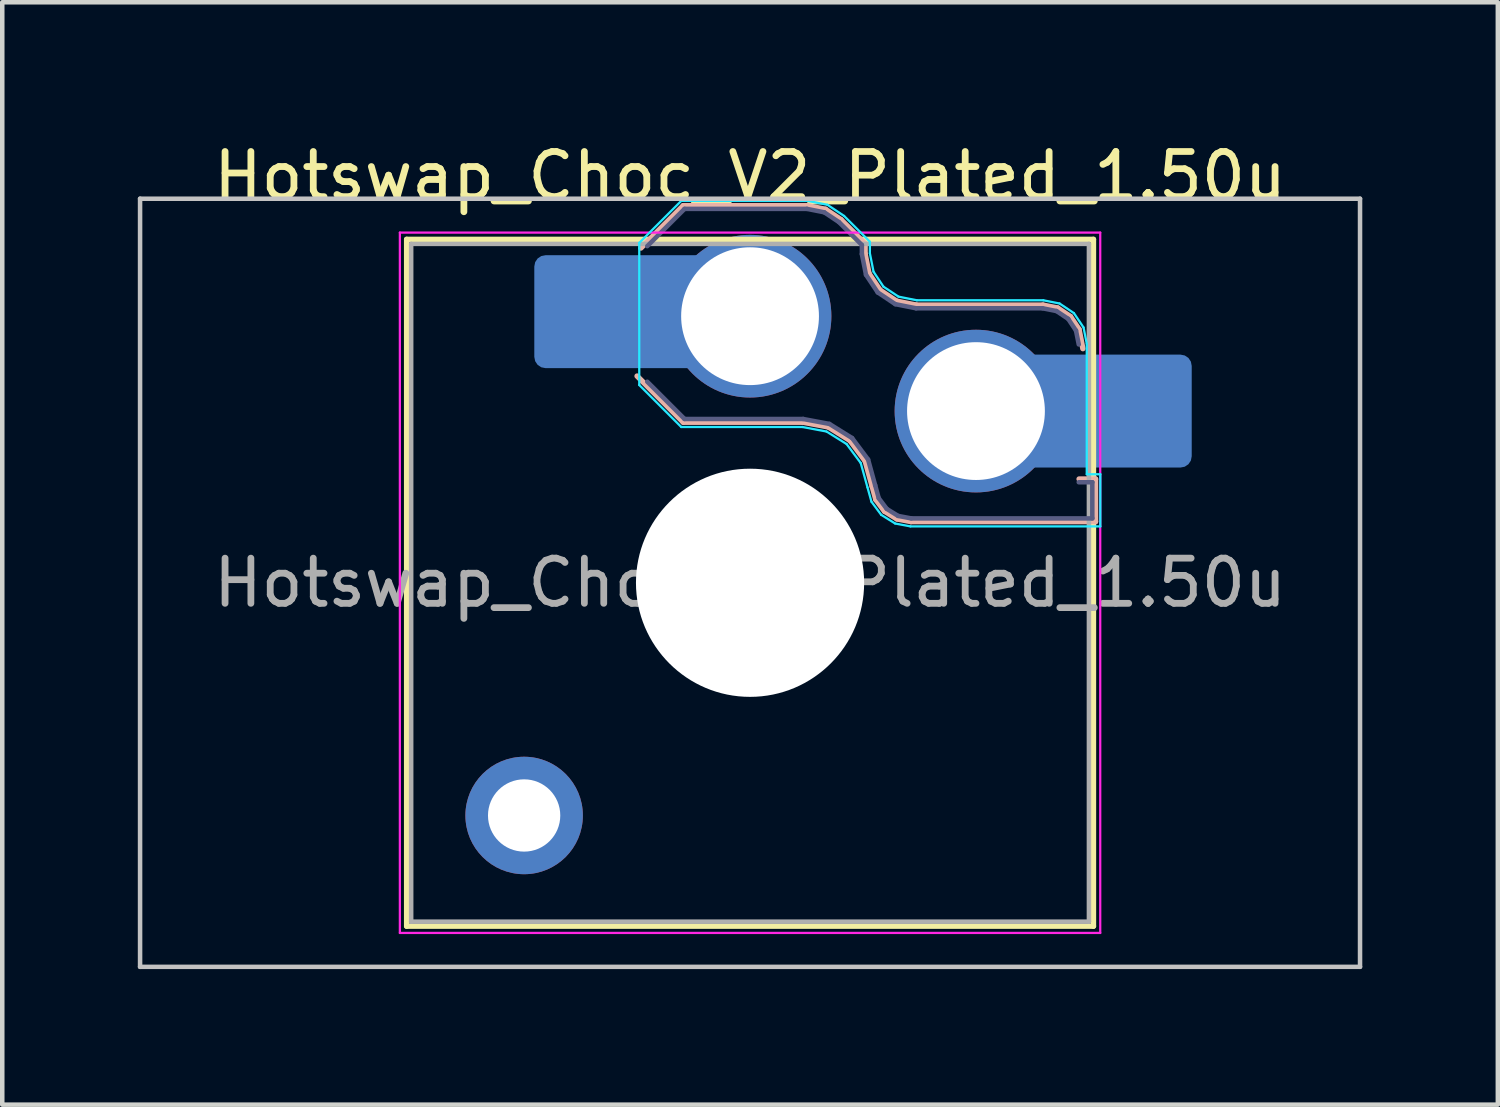
<source format=kicad_pcb>
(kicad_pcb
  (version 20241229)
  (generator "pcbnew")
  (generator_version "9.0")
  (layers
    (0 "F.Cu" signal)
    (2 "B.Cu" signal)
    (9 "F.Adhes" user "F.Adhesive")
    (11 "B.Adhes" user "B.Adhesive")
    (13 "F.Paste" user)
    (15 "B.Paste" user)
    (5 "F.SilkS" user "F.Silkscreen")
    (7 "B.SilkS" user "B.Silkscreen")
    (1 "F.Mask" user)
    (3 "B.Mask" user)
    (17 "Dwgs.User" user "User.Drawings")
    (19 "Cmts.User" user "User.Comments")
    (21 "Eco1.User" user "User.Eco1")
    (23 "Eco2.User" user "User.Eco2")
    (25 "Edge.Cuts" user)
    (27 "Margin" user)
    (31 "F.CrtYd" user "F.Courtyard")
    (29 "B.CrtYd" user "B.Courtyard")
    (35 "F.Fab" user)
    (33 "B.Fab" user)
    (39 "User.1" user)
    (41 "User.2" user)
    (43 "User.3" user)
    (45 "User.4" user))
  (footprint "Hotswap_Choc_V2_Plated_1.50u"
    (layer "F.Cu")
    (at 13.55 9.848)
    (property "Reference" "Hotswap_Choc_V2_Plated_1.50u" (at 0 -9 0) (layer "F.SilkS") (effects (font (size 1 1) (thickness 0.15))))
    (attr smd allow_soldermask_bridges)
    (fp_line (start -7.6 -7.6) (end -7.6 7.6) (stroke (width 0.12) (type solid)) (layer "F.SilkS"))
    (fp_line (start -7.6 7.6) (end 7.6 7.6) (stroke (width 0.12) (type solid)) (layer "F.SilkS"))
    (fp_line (start 7.6 -7.6) (end -7.6 -7.6) (stroke (width 0.12) (type solid)) (layer "F.SilkS"))
    (fp_line (start 7.6 7.6) (end 7.6 -7.6) (stroke (width 0.12) (type solid)) (layer "F.SilkS"))
    (fp_line (start -2.416 -7.409) (end -1.479 -8.346) (stroke (width 0.12) (type solid)) (layer "B.SilkS"))
    (fp_line (start -1.479 -8.346) (end 1.268 -8.346) (stroke (width 0.12) (type solid)) (layer "B.SilkS"))
    (fp_line (start -1.479 -3.554) (end -2.5 -4.575) (stroke (width 0.12) (type solid)) (layer "B.SilkS"))
    (fp_line (start 1.168 -3.554) (end -1.479 -3.554) (stroke (width 0.12) (type solid)) (layer "B.SilkS"))
    (fp_line (start 1.268 -8.346) (end 1.671 -8.266) (stroke (width 0.12) (type solid)) (layer "B.SilkS"))
    (fp_line (start 1.671 -8.266) (end 2.013 -8.037) (stroke (width 0.12) (type solid)) (layer "B.SilkS"))
    (fp_line (start 1.73 -3.449) (end 1.168 -3.554) (stroke (width 0.12) (type solid)) (layer "B.SilkS"))
    (fp_line (start 2.013 -8.037) (end 2.546 -7.504) (stroke (width 0.12) (type solid)) (layer "B.SilkS"))
    (fp_line (start 2.209 -3.15) (end 1.73 -3.449) (stroke (width 0.12) (type solid)) (layer "B.SilkS"))
    (fp_line (start 2.546 -7.504) (end 2.546 -7.282) (stroke (width 0.12) (type solid)) (layer "B.SilkS"))
    (fp_line (start 2.546 -7.282) (end 2.633 -6.844) (stroke (width 0.12) (type solid)) (layer "B.SilkS"))
    (fp_line (start 2.547 -2.697) (end 2.209 -3.15) (stroke (width 0.12) (type solid)) (layer "B.SilkS"))
    (fp_line (start 2.633 -6.844) (end 2.877 -6.477) (stroke (width 0.12) (type solid)) (layer "B.SilkS"))
    (fp_line (start 2.701 -2.139) (end 2.547 -2.697) (stroke (width 0.12) (type solid)) (layer "B.SilkS"))
    (fp_line (start 2.783 -1.841) (end 2.701 -2.139) (stroke (width 0.12) (type solid)) (layer "B.SilkS"))
    (fp_line (start 2.877 -6.477) (end 3.244 -6.233) (stroke (width 0.12) (type solid)) (layer "B.SilkS"))
    (fp_line (start 2.976 -1.583) (end 2.783 -1.841) (stroke (width 0.12) (type solid)) (layer "B.SilkS"))
    (fp_line (start 3.244 -6.233) (end 3.682 -6.146) (stroke (width 0.12) (type solid)) (layer "B.SilkS"))
    (fp_line (start 3.25 -1.413) (end 2.976 -1.583) (stroke (width 0.12) (type solid)) (layer "B.SilkS"))
    (fp_line (start 3.56 -1.354) (end 3.25 -1.413) (stroke (width 0.12) (type solid)) (layer "B.SilkS"))
    (fp_line (start 3.682 -6.146) (end 6.482 -6.146) (stroke (width 0.12) (type solid)) (layer "B.SilkS"))
    (fp_line (start 6.482 -6.146) (end 6.809 -6.081) (stroke (width 0.12) (type solid)) (layer "B.SilkS"))
    (fp_line (start 6.809 -6.081) (end 7.092 -5.892) (stroke (width 0.12) (type solid)) (layer "B.SilkS"))
    (fp_line (start 7.092 -5.892) (end 7.281 -5.609) (stroke (width 0.12) (type solid)) (layer "B.SilkS"))
    (fp_line (start 7.281 -5.609) (end 7.366 -5.182) (stroke (width 0.12) (type solid)) (layer "B.SilkS"))
    (fp_line (start 7.283 -2.296) (end 7.646 -2.296) (stroke (width 0.12) (type solid)) (layer "B.SilkS"))
    (fp_line (start 7.646 -2.296) (end 7.646 -1.354) (stroke (width 0.12) (type solid)) (layer "B.SilkS"))
    (fp_line (start 7.646 -1.354) (end 3.56 -1.354) (stroke (width 0.12) (type solid)) (layer "B.SilkS"))
    (fp_line (start -13.5 -8.5) (end -13.5 8.5) (stroke (width 0.1) (type solid)) (layer "Dwgs.User"))
    (fp_line (start -13.5 8.5) (end 13.5 8.5) (stroke (width 0.1) (type solid)) (layer "Dwgs.User"))
    (fp_line (start 13.5 -8.5) (end -13.5 -8.5) (stroke (width 0.1) (type solid)) (layer "Dwgs.User"))
    (fp_line (start 13.5 8.5) (end 13.5 -8.5) (stroke (width 0.1) (type solid)) (layer "Dwgs.User"))
    (fp_line (start -7.25 -7.25) (end -7.25 7.25) (stroke (width 0.1) (type solid)) (layer "Eco1.User"))
    (fp_line (start -7.25 7.25) (end 7.25 7.25) (stroke (width 0.1) (type solid)) (layer "Eco1.User"))
    (fp_line (start 7.25 -7.25) (end -7.25 -7.25) (stroke (width 0.1) (type solid)) (layer "Eco1.User"))
    (fp_line (start 7.25 7.25) (end 7.25 -7.25) (stroke (width 0.1) (type solid)) (layer "Eco1.User"))
    (fp_line (start -2.452 -7.523) (end -1.523 -8.452) (stroke (width 0.05) (type solid)) (layer "B.CrtYd"))
    (fp_line (start -2.452 -4.377) (end -2.452 -7.523) (stroke (width 0.05) (type solid)) (layer "B.CrtYd"))
    (fp_line (start -1.523 -8.452) (end 1.278 -8.452) (stroke (width 0.05) (type solid)) (layer "B.CrtYd"))
    (fp_line (start -1.523 -3.448) (end -2.452 -4.377) (stroke (width 0.05) (type solid)) (layer "B.CrtYd"))
    (fp_line (start 1.159 -3.448) (end -1.523 -3.448) (stroke (width 0.05) (type solid)) (layer "B.CrtYd"))
    (fp_line (start 1.278 -8.452) (end 1.712 -8.366) (stroke (width 0.05) (type solid)) (layer "B.CrtYd"))
    (fp_line (start 1.691 -3.348) (end 1.159 -3.448) (stroke (width 0.05) (type solid)) (layer "B.CrtYd"))
    (fp_line (start 1.712 -8.366) (end 2.081 -8.119) (stroke (width 0.05) (type solid)) (layer "B.CrtYd"))
    (fp_line (start 2.081 -8.119) (end 2.652 -7.548) (stroke (width 0.05) (type solid)) (layer "B.CrtYd"))
    (fp_line (start 2.136 -3.071) (end 1.691 -3.348) (stroke (width 0.05) (type solid)) (layer "B.CrtYd"))
    (fp_line (start 2.45 -2.65) (end 2.136 -3.071) (stroke (width 0.05) (type solid)) (layer "B.CrtYd"))
    (fp_line (start 2.599 -2.111) (end 2.45 -2.65) (stroke (width 0.05) (type solid)) (layer "B.CrtYd"))
    (fp_line (start 2.652 -7.548) (end 2.652 -7.292) (stroke (width 0.05) (type solid)) (layer "B.CrtYd"))
    (fp_line (start 2.652 -7.292) (end 2.733 -6.885) (stroke (width 0.05) (type solid)) (layer "B.CrtYd"))
    (fp_line (start 2.687 -1.794) (end 2.599 -2.111) (stroke (width 0.05) (type solid)) (layer "B.CrtYd"))
    (fp_line (start 2.733 -6.885) (end 2.953 -6.553) (stroke (width 0.05) (type solid)) (layer "B.CrtYd"))
    (fp_line (start 2.903 -1.503) (end 2.687 -1.794) (stroke (width 0.05) (type solid)) (layer "B.CrtYd"))
    (fp_line (start 2.953 -6.553) (end 3.285 -6.333) (stroke (width 0.05) (type solid)) (layer "B.CrtYd"))
    (fp_line (start 3.211 -1.312) (end 2.903 -1.503) (stroke (width 0.05) (type solid)) (layer "B.CrtYd"))
    (fp_line (start 3.285 -6.333) (end 3.692 -6.252) (stroke (width 0.05) (type solid)) (layer "B.CrtYd"))
    (fp_line (start 3.55 -1.248) (end 3.211 -1.312) (stroke (width 0.05) (type solid)) (layer "B.CrtYd"))
    (fp_line (start 3.692 -6.252) (end 6.492 -6.252) (stroke (width 0.05) (type solid)) (layer "B.CrtYd"))
    (fp_line (start 6.492 -6.252) (end 6.85 -6.181) (stroke (width 0.05) (type solid)) (layer "B.CrtYd"))
    (fp_line (start 6.85 -6.181) (end 7.168 -5.968) (stroke (width 0.05) (type solid)) (layer "B.CrtYd"))
    (fp_line (start 7.168 -5.968) (end 7.381 -5.65) (stroke (width 0.05) (type solid)) (layer "B.CrtYd"))
    (fp_line (start 7.381 -5.65) (end 7.452 -5.292) (stroke (width 0.05) (type solid)) (layer "B.CrtYd"))
    (fp_line (start 7.452 -5.292) (end 7.452 -2.402) (stroke (width 0.05) (type solid)) (layer "B.CrtYd"))
    (fp_line (start 7.452 -2.402) (end 7.752 -2.402) (stroke (width 0.05) (type solid)) (layer "B.CrtYd"))
    (fp_line (start 7.752 -2.402) (end 7.752 -1.248) (stroke (width 0.05) (type solid)) (layer "B.CrtYd"))
    (fp_line (start 7.752 -1.248) (end 3.55 -1.248) (stroke (width 0.05) (type solid)) (layer "B.CrtYd"))
    (fp_line (start -7.75 -7.75) (end -7.75 7.75) (stroke (width 0.05) (type solid)) (layer "F.CrtYd"))
    (fp_line (start -7.75 7.75) (end 7.75 7.75) (stroke (width 0.05) (type solid)) (layer "F.CrtYd"))
    (fp_line (start 7.75 -7.75) (end -7.75 -7.75) (stroke (width 0.05) (type solid)) (layer "F.CrtYd"))
    (fp_line (start 7.75 7.75) (end 7.75 -7.75) (stroke (width 0.05) (type solid)) (layer "F.CrtYd"))
    (fp_line (start -2.275 -7.45) (end -1.45 -8.275) (stroke (width 0.1) (type solid)) (layer "B.Fab"))
    (fp_line (start -1.45 -8.275) (end 1.261 -8.275) (stroke (width 0.1) (type solid)) (layer "B.Fab"))
    (fp_line (start -1.45 -3.625) (end -2.275 -4.45) (stroke (width 0.1) (type solid)) (layer "B.Fab"))
    (fp_line (start 1.175 -3.625) (end -1.45 -3.625) (stroke (width 0.1) (type solid)) (layer "B.Fab"))
    (fp_line (start 1.261 -8.275) (end 1.643 -8.199) (stroke (width 0.1) (type solid)) (layer "B.Fab"))
    (fp_line (start 1.643 -8.199) (end 1.968 -7.982) (stroke (width 0.1) (type solid)) (layer "B.Fab"))
    (fp_line (start 1.756 -3.516) (end 1.175 -3.625) (stroke (width 0.1) (type solid)) (layer "B.Fab"))
    (fp_line (start 1.968 -7.982) (end 2.475 -7.475) (stroke (width 0.1) (type solid)) (layer "B.Fab"))
    (fp_line (start 2.258 -3.203) (end 1.756 -3.516) (stroke (width 0.1) (type solid)) (layer "B.Fab"))
    (fp_line (start 2.475 -7.475) (end 2.475 -7.275) (stroke (width 0.1) (type solid)) (layer "B.Fab"))
    (fp_line (start 2.475 -7.275) (end 2.566 -6.816) (stroke (width 0.1) (type solid)) (layer "B.Fab"))
    (fp_line (start 2.566 -6.816) (end 2.826 -6.426) (stroke (width 0.1) (type solid)) (layer "B.Fab"))
    (fp_line (start 2.612 -2.729) (end 2.258 -3.203) (stroke (width 0.1) (type solid)) (layer "B.Fab"))
    (fp_line (start 2.769 -2.158) (end 2.612 -2.729) (stroke (width 0.1) (type solid)) (layer "B.Fab"))
    (fp_line (start 2.826 -6.426) (end 3.216 -6.166) (stroke (width 0.1) (type solid)) (layer "B.Fab"))
    (fp_line (start 2.848 -1.873) (end 2.769 -2.158) (stroke (width 0.1) (type solid)) (layer "B.Fab"))
    (fp_line (start 3.025 -1.636) (end 2.848 -1.873) (stroke (width 0.1) (type solid)) (layer "B.Fab"))
    (fp_line (start 3.216 -6.166) (end 3.675 -6.075) (stroke (width 0.1) (type solid)) (layer "B.Fab"))
    (fp_line (start 3.276 -1.48) (end 3.025 -1.636) (stroke (width 0.1) (type solid)) (layer "B.Fab"))
    (fp_line (start 3.567 -1.425) (end 3.276 -1.48) (stroke (width 0.1) (type solid)) (layer "B.Fab"))
    (fp_line (start 3.675 -6.075) (end 6.475 -6.075) (stroke (width 0.1) (type solid)) (layer "B.Fab"))
    (fp_line (start 6.475 -6.075) (end 6.781 -6.014) (stroke (width 0.1) (type solid)) (layer "B.Fab"))
    (fp_line (start 6.781 -6.014) (end 7.041 -5.841) (stroke (width 0.1) (type solid)) (layer "B.Fab"))
    (fp_line (start 7.041 -5.841) (end 7.214 -5.581) (stroke (width 0.1) (type solid)) (layer "B.Fab"))
    (fp_line (start 7.214 -5.581) (end 7.275 -5.275) (stroke (width 0.1) (type solid)) (layer "B.Fab"))
    (fp_line (start 7.275 -2.225) (end 7.575 -2.225) (stroke (width 0.1) (type solid)) (layer "B.Fab"))
    (fp_line (start 7.575 -2.225) (end 7.575 -1.425) (stroke (width 0.1) (type solid)) (layer "B.Fab"))
    (fp_line (start 7.575 -1.425) (end 3.567 -1.425) (stroke (width 0.1) (type solid)) (layer "B.Fab"))
    (fp_line (start -7.5 -7.5) (end -7.5 7.5) (stroke (width 0.1) (type solid)) (layer "F.Fab"))
    (fp_line (start -7.5 7.5) (end 7.5 7.5) (stroke (width 0.1) (type solid)) (layer "F.Fab"))
    (fp_line (start 7.5 -7.5) (end -7.5 -7.5) (stroke (width 0.1) (type solid)) (layer "F.Fab"))
    (fp_line (start 7.5 7.5) (end 7.5 -7.5) (stroke (width 0.1) (type solid)) (layer "F.Fab"))
    (fp_text user "${REFERENCE}" (at 0 0 0) (layer "F.Fab") (effects (font (size 1 1) (thickness 0.15))))
    (pad "" thru_hole circle (at -5 5.15) (size 2.6 2.6) (drill 1.6) (layers "*.Cu" "*.Mask"))
    (pad "" smd roundrect (at -3.5 -6) (size 2.55 2.5) (layers "B.Mask" "B.Paste") (roundrect_rratio 0.1))
    (pad "" np_thru_hole circle (at 0 0) (size 5.05 5.05) (drill 5.05) (layers "*.Cu" "*.Mask"))
    (pad "" smd roundrect (at 8.5 -3.8) (size 2.55 2.5) (layers "B.Mask" "B.Paste") (roundrect_rratio 0.1))
    (pad "1" smd roundrect (at -2.85 -6) (size 3.85 2.5) (layers "B.Cu") (roundrect_rratio 0.1))
    (pad "1" thru_hole circle (at 0 -5.9) (size 3.6 3.6) (drill 3.05) (layers "*.Cu" "*.Mask"))
    (pad "2" thru_hole circle (at 5 -3.8) (size 3.6 3.6) (drill 3.05) (layers "*.Cu" "*.Mask"))
    (pad "2" smd roundrect (at 7.85 -3.8) (size 3.85 2.5) (layers "B.Cu") (roundrect_rratio 0.1)))
  (gr_rect
    (start -3 -3)
    (end 30.1 21.398)
    (stroke (width 0.1) (type default))
    (fill no)
    (layer "Edge.Cuts")))
</source>
